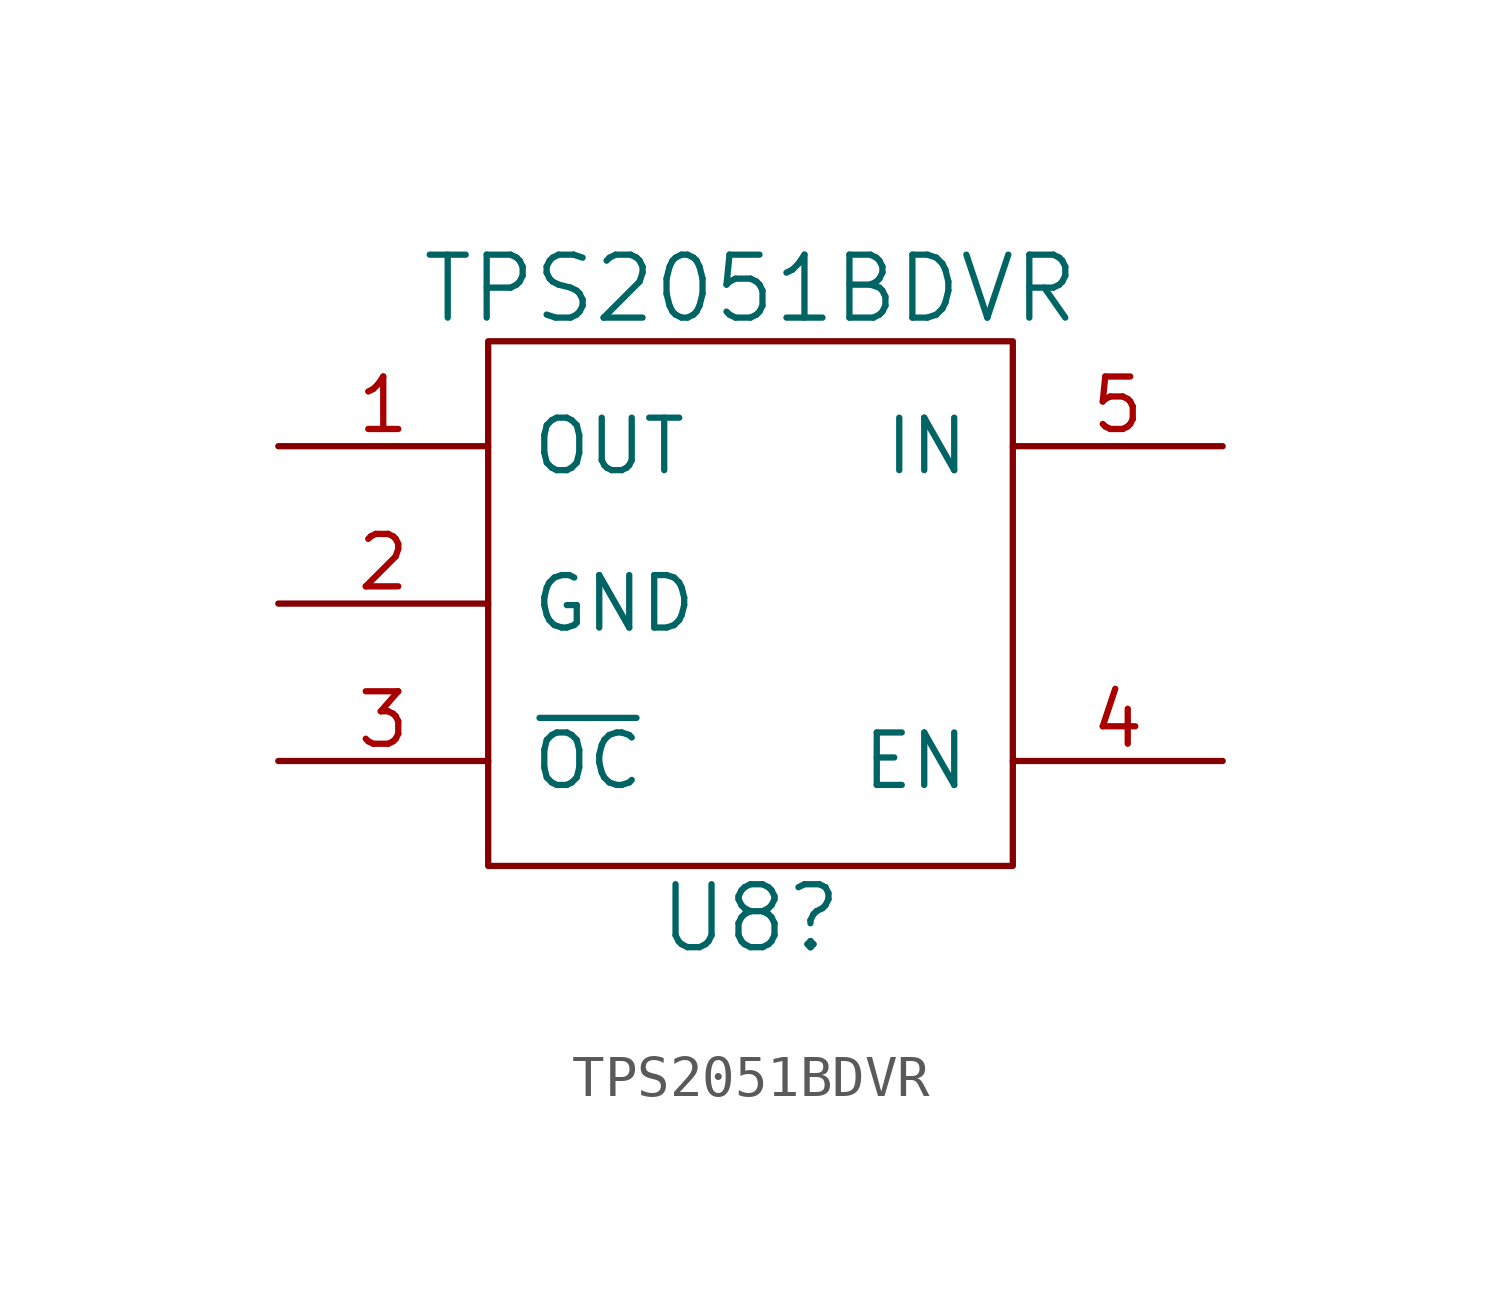
<source format=kicad_sym>
(kicad_symbol_lib
  (version 20211014)
  (generator kicad_symbol_editor)
  (symbol "TPS2051BDVR"
    (pin_names
      (offset 1.016))
    (property "Reference" "U8"
      (at 0 -7.62 0)
      (effects (font (size 1.524 1.524))))
    (property "Value" "TPS2051BDVR"
      (at 0 7.62 0)
      (effects (font (size 1.524 1.524))))
    (symbol "TPS2051BDVR_0_1"
      (rectangle (start -6.35 6.35) (end 6.35 -6.35) (stroke (width 0) (type default) (color 0 0 0 0)) (fill (type none))))
    (symbol "TPS2051BDVR_1_1"
      (pin power_out line (at -11.43 3.81 0) (length 5.08) (name "OUT" (effects (font (size 1.27 1.27)))) (number "1" (effects (font (size 1.27 1.27)))))
      (pin power_in line (at -11.43 0 0) (length 5.08) (name "GND" (effects (font (size 1.27 1.27)))) (number "2" (effects (font (size 1.27 1.27)))))
      (pin output line (at -11.43 -3.81 0) (length 5.08) (name "~{OC}" (effects (font (size 1.27 1.27)))) (number "3" (effects (font (size 1.27 1.27)))))
      (pin input line (at 11.43 -3.81 180) (length 5.08) (name "EN" (effects (font (size 1.27 1.27)))) (number "4" (effects (font (size 1.27 1.27)))))
      (pin power_in line (at 11.43 3.81 180) (length 5.08) (name "IN" (effects (font (size 1.27 1.27)))) (number "5" (effects (font (size 1.27 1.27))))))))
</source>
